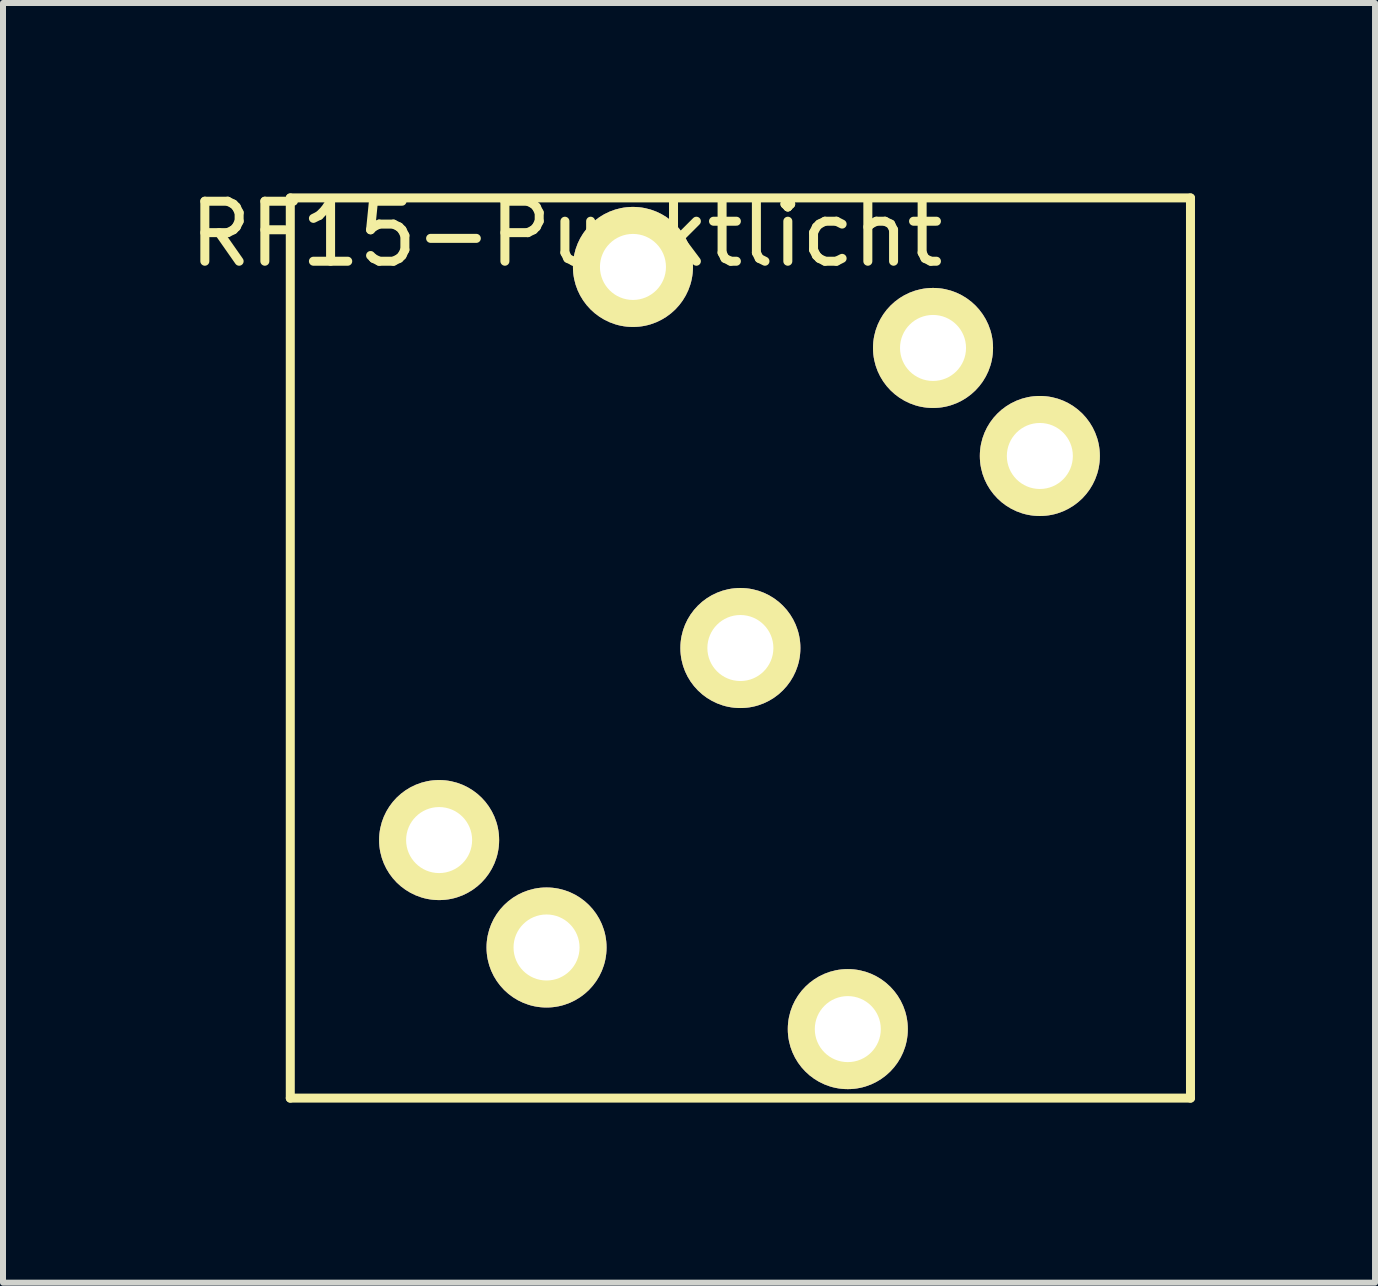
<source format=kicad_pcb>
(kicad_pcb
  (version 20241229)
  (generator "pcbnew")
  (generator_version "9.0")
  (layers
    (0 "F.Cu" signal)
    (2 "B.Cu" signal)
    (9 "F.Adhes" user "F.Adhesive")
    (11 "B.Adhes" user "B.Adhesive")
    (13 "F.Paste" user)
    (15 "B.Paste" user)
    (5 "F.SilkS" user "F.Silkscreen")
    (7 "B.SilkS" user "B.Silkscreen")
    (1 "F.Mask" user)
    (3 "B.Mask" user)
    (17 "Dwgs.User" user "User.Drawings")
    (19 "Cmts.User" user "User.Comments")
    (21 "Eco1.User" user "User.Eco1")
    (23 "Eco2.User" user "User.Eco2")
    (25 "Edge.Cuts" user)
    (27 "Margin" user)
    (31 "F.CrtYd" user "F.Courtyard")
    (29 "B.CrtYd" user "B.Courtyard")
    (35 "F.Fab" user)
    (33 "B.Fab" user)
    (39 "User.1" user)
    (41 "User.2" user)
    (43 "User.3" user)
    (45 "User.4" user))
  (footprint "RF15-Punktlicht"
    (layer "F.Cu")
    (at 9.287 7.748)
    (property "Reference" "RF15-Punktlicht" (at -2.9 -6.9 0) (layer "F.SilkS") (effects (font (size 1 1) (thickness 0.15))))
    (attr through_hole)
    (fp_line (start -7.5 -7.5) (end 7.5 -7.5) (stroke (width 0.15) (type solid)) (layer "F.SilkS"))
    (fp_line (start -7.5 7.5) (end -7.5 -7.5) (stroke (width 0.15) (type solid)) (layer "F.SilkS"))
    (fp_line (start 7.5 -7.5) (end 7.5 7.5) (stroke (width 0.15) (type solid)) (layer "F.SilkS"))
    (fp_line (start 7.5 7.5) (end -7.5 7.5) (stroke (width 0.15) (type solid)) (layer "F.SilkS"))
    (pad "1" thru_hole circle (at 0 0) (size 2 2) (drill 1.1) (layers "*.Cu" "*.Mask" "F.SilkS"))
    (pad "2" thru_hole circle (at -1.79 -6.35) (size 2 2) (drill 1.1) (layers "*.Cu" "*.Mask" "F.SilkS"))
    (pad "2" thru_hole circle (at 1.79 6.35) (size 2 2) (drill 1.1) (layers "*.Cu" "*.Mask" "F.SilkS"))
    (pad "3" thru_hole circle (at 3.21 -5) (size 2 2) (drill 1.1) (layers "*.Cu" "*.Mask" "F.SilkS"))
    (pad "4" thru_hole circle (at 4.99 -3.2) (size 2 2) (drill 1.1) (layers "*.Cu" "*.Mask" "F.SilkS"))
    (pad "5" thru_hole circle (at -3.23 4.99) (size 2 2) (drill 1.1) (layers "*.Cu" "*.Mask" "F.SilkS"))
    (pad "6" thru_hole circle (at -5.02 3.2) (size 2 2) (drill 1.1) (layers "*.Cu" "*.Mask" "F.SilkS")))
  (gr_rect
    (start -3 -3)
    (end 19.862 18.323)
    (stroke (width 0.1) (type default))
    (fill no)
    (layer "Edge.Cuts")))
</source>
